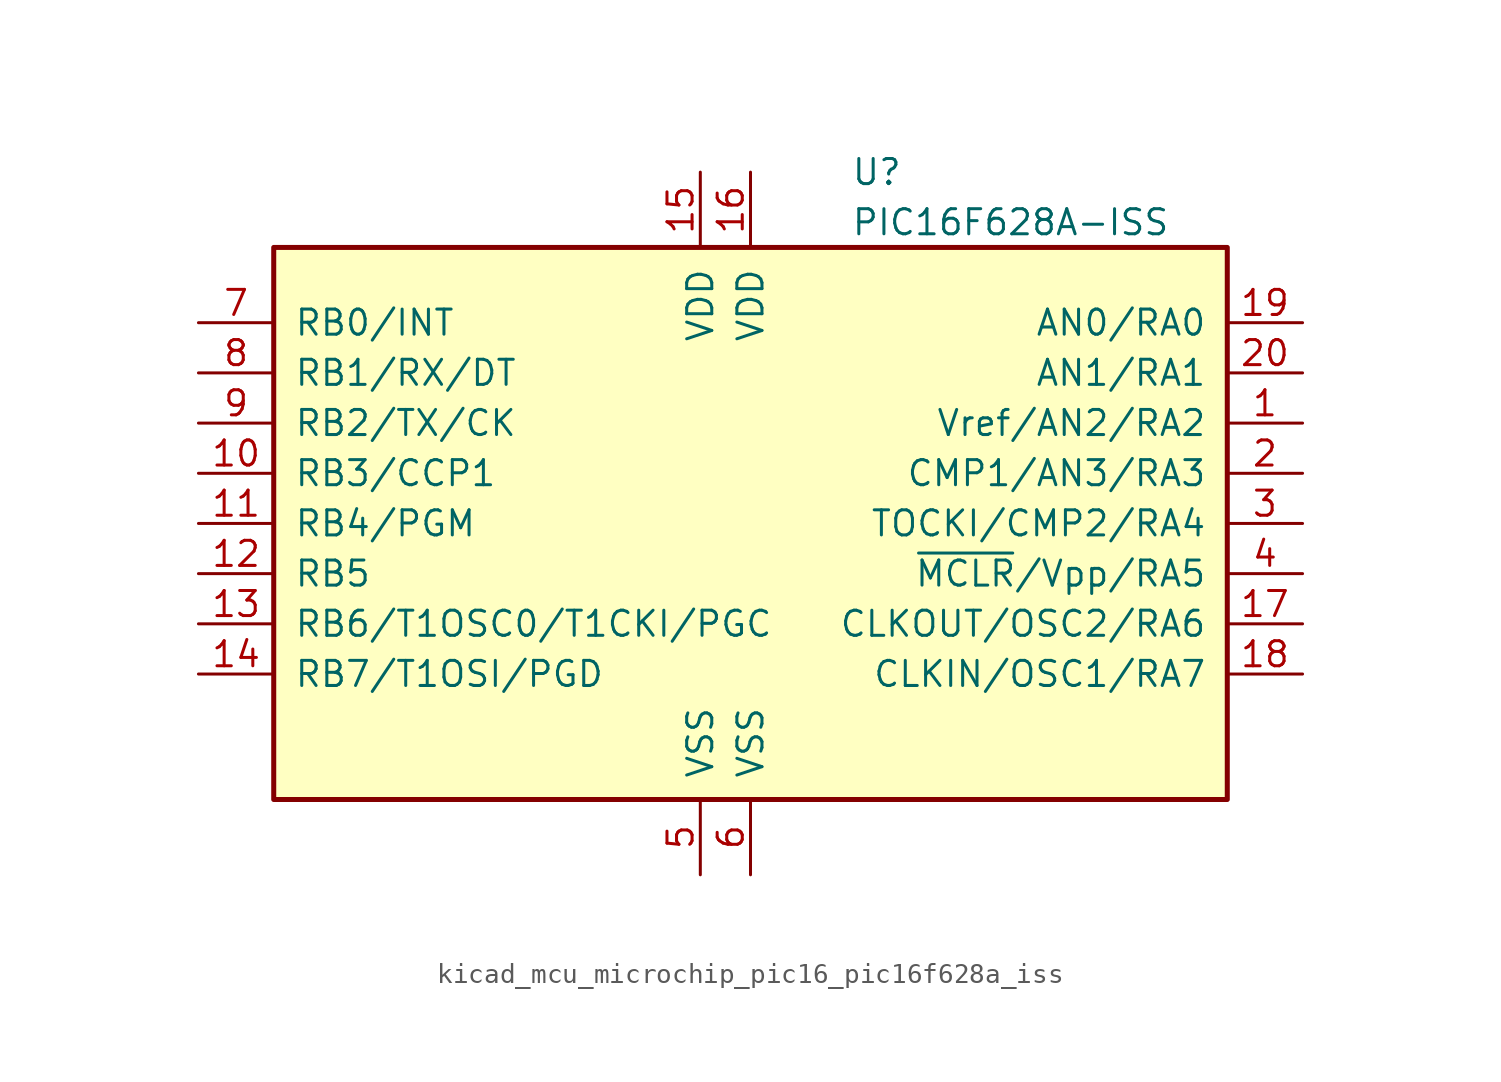
<source format=kicad_sym>
(kicad_symbol_lib
  (version 20220914)
  (generator kicad_symbol_editor)
  (symbol "kicad_mcu_microchip_pic16_pic16f628a_iss"
    (pin_names
      (offset 1.016))
    (property "Reference" "U"
      (at 5.08 17.78 0)
      (effects (font (size 1.27 1.27)) (justify left)))
    (property "Value" "PIC16F628A-ISS"
      (at 5.08 15.24 0)
      (effects (font (size 1.27 1.27)) (justify left)))
    (symbol "kicad_mcu_microchip_pic16_pic16f628a_iss_0_1"
      (rectangle (start 24.13 13.97) (end -24.13 -13.97) (stroke (width 0.254) (type default)) (fill (type background))))
    (symbol "kicad_mcu_microchip_pic16_pic16f628a_iss_1_1"
      (pin bidirectional line (at 27.94 5.08 180) (length 3.81) (name "Vref/AN2/RA2" (effects (font (size 1.27 1.27)))) (number "1" (effects (font (size 1.27 1.27)))))
      (pin bidirectional line (at -27.94 2.54 0) (length 3.81) (name "RB3/CCP1" (effects (font (size 1.27 1.27)))) (number "10" (effects (font (size 1.27 1.27)))))
      (pin bidirectional line (at -27.94 0 0) (length 3.81) (name "RB4/PGM" (effects (font (size 1.27 1.27)))) (number "11" (effects (font (size 1.27 1.27)))))
      (pin bidirectional line (at -27.94 -2.54 0) (length 3.81) (name "RB5" (effects (font (size 1.27 1.27)))) (number "12" (effects (font (size 1.27 1.27)))))
      (pin bidirectional line (at -27.94 -5.08 0) (length 3.81) (name "RB6/T1OSC0/T1CKI/PGC" (effects (font (size 1.27 1.27)))) (number "13" (effects (font (size 1.27 1.27)))))
      (pin bidirectional line (at -27.94 -7.62 0) (length 3.81) (name "RB7/T1OSI/PGD" (effects (font (size 1.27 1.27)))) (number "14" (effects (font (size 1.27 1.27)))))
      (pin power_in line (at -2.54 17.78 270) (length 3.81) (name "VDD" (effects (font (size 1.27 1.27)))) (number "15" (effects (font (size 1.27 1.27)))))
      (pin power_in line (at 0 17.78 270) (length 3.81) (name "VDD" (effects (font (size 1.27 1.27)))) (number "16" (effects (font (size 1.27 1.27)))))
      (pin bidirectional line (at 27.94 -5.08 180) (length 3.81) (name "CLKOUT/OSC2/RA6" (effects (font (size 1.27 1.27)))) (number "17" (effects (font (size 1.27 1.27)))))
      (pin bidirectional line (at 27.94 -7.62 180) (length 3.81) (name "CLKIN/OSC1/RA7" (effects (font (size 1.27 1.27)))) (number "18" (effects (font (size 1.27 1.27)))))
      (pin bidirectional line (at 27.94 10.16 180) (length 3.81) (name "AN0/RA0" (effects (font (size 1.27 1.27)))) (number "19" (effects (font (size 1.27 1.27)))))
      (pin bidirectional line (at 27.94 2.54 180) (length 3.81) (name "CMP1/AN3/RA3" (effects (font (size 1.27 1.27)))) (number "2" (effects (font (size 1.27 1.27)))))
      (pin bidirectional line (at 27.94 7.62 180) (length 3.81) (name "AN1/RA1" (effects (font (size 1.27 1.27)))) (number "20" (effects (font (size 1.27 1.27)))))
      (pin bidirectional line (at 27.94 0 180) (length 3.81) (name "TOCKI/CMP2/RA4" (effects (font (size 1.27 1.27)))) (number "3" (effects (font (size 1.27 1.27)))))
      (pin input line (at 27.94 -2.54 180) (length 3.81) (name "~{MCLR}/Vpp/RA5" (effects (font (size 1.27 1.27)))) (number "4" (effects (font (size 1.27 1.27)))))
      (pin power_in line (at -2.54 -17.78 90) (length 3.81) (name "VSS" (effects (font (size 1.27 1.27)))) (number "5" (effects (font (size 1.27 1.27)))))
      (pin power_in line (at 0 -17.78 90) (length 3.81) (name "VSS" (effects (font (size 1.27 1.27)))) (number "6" (effects (font (size 1.27 1.27)))))
      (pin bidirectional line (at -27.94 10.16 0) (length 3.81) (name "RB0/INT" (effects (font (size 1.27 1.27)))) (number "7" (effects (font (size 1.27 1.27)))))
      (pin bidirectional line (at -27.94 7.62 0) (length 3.81) (name "RB1/RX/DT" (effects (font (size 1.27 1.27)))) (number "8" (effects (font (size 1.27 1.27)))))
      (pin bidirectional line (at -27.94 5.08 0) (length 3.81) (name "RB2/TX/CK" (effects (font (size 1.27 1.27)))) (number "9" (effects (font (size 1.27 1.27))))))))
</source>
